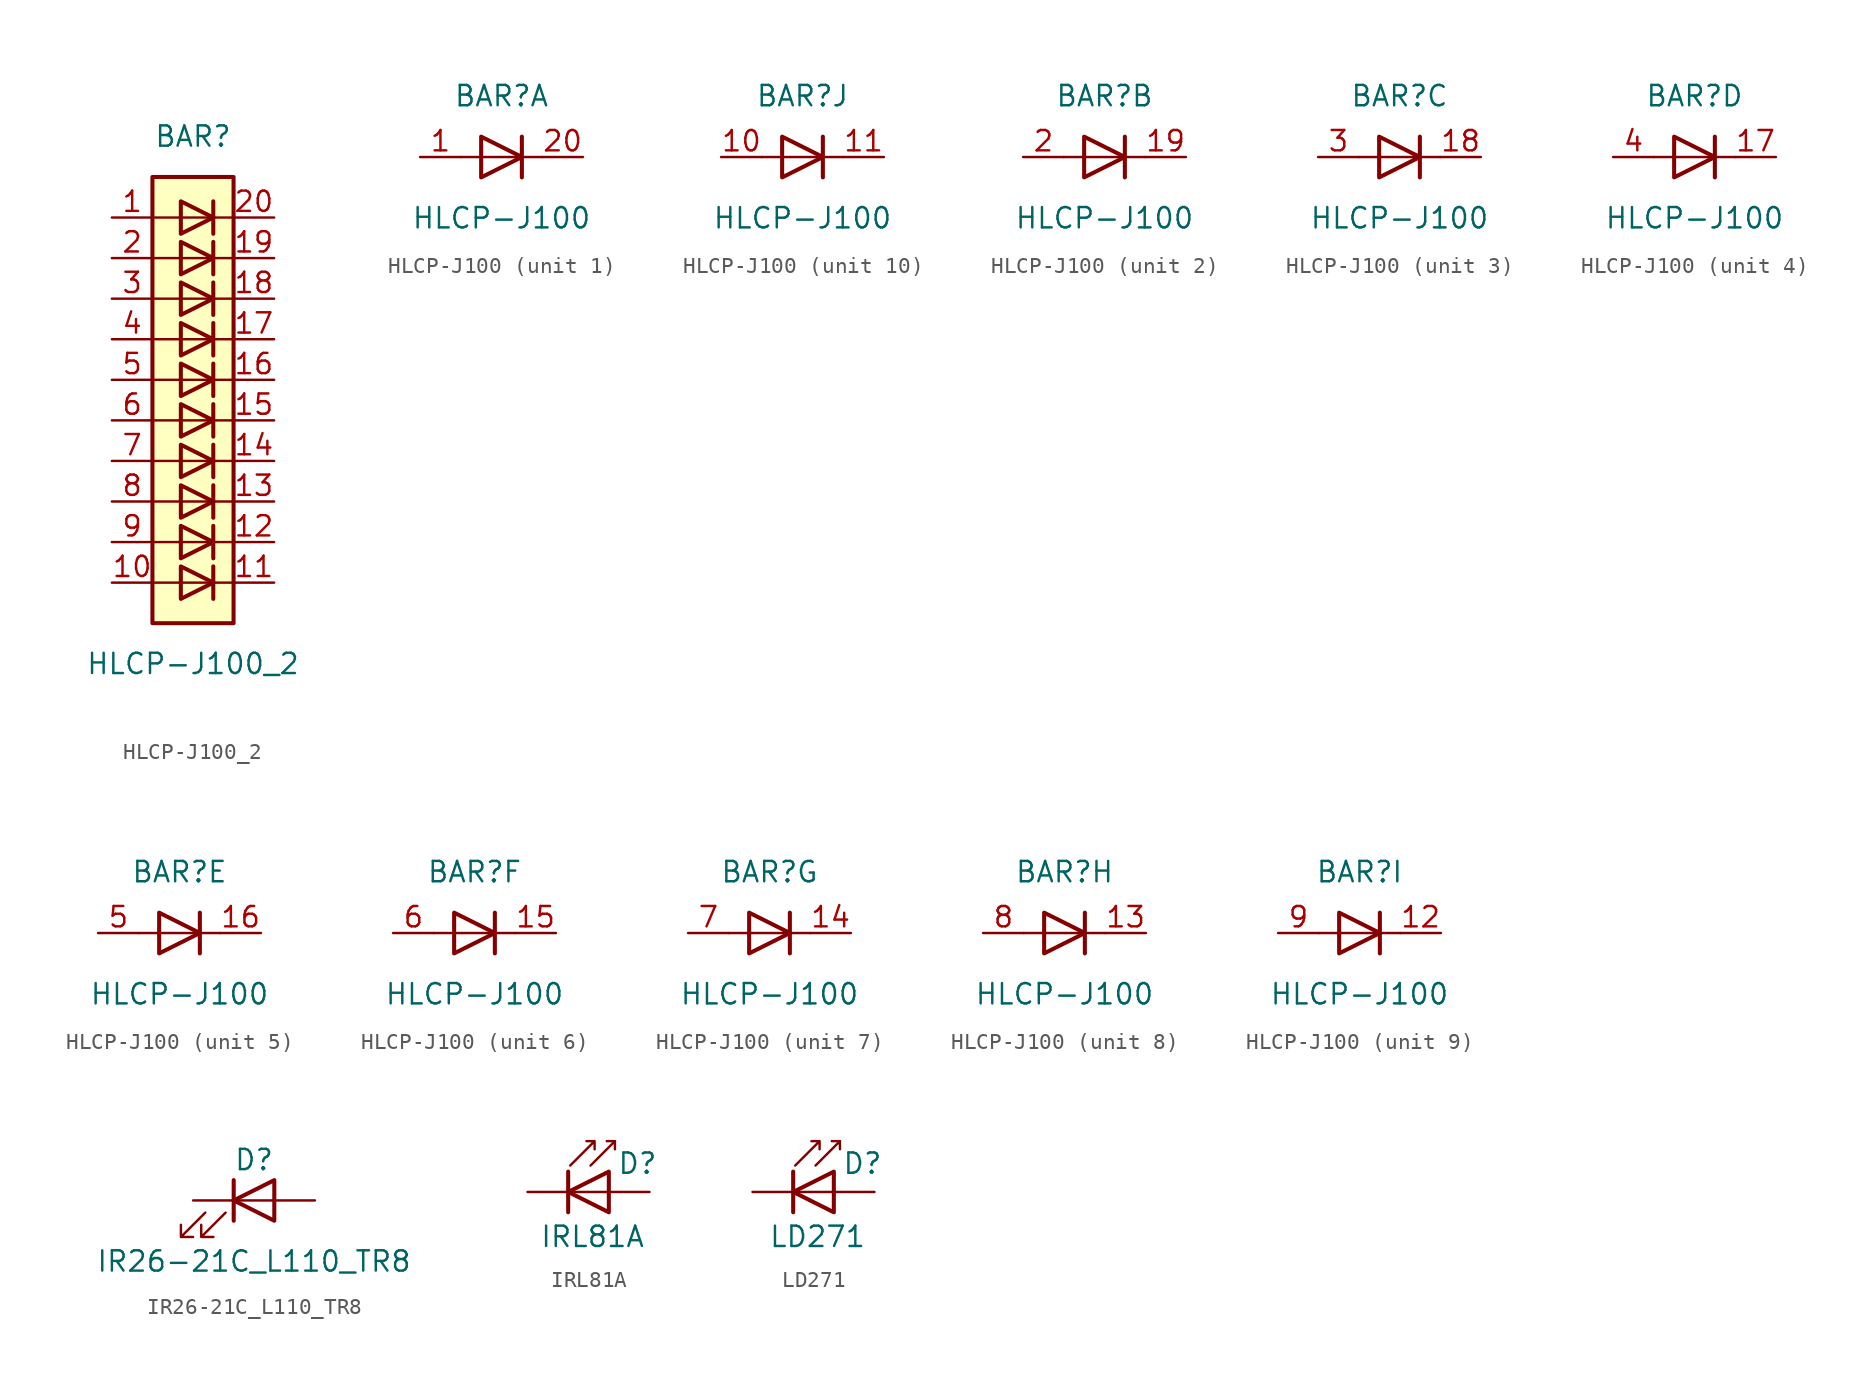
<source format=kicad_sym>
(kicad_symbol_lib
  (version 20211014)
  (generator kicad_symbol_editor)
  (symbol "HLCP-J100_2"
    (pin_names
      (offset 1.016) hide)
    (property "Reference" "BAR"
      (at 0 15.24 0)
      (effects (font (size 1.27 1.27))))
    (property "Value" "HLCP-J100_2"
      (at 0 -17.78 0)
      (effects (font (size 1.27 1.27))))
    (symbol "HLCP-J100_2_0_1"
      (rectangle (start -2.54 12.7) (end 2.54 -15.24) (stroke (width 0.254) (type default) (color 0 0 0 0)) (fill (type background)))
      (polyline (pts (xy -2.54 -12.7) (xy 2.54 -12.7)) (stroke (width 0) (type default) (color 0 0 0 0)) (fill (type none)))
      (polyline (pts (xy -2.54 -10.16) (xy 2.54 -10.16)) (stroke (width 0) (type default) (color 0 0 0 0)) (fill (type none)))
      (polyline (pts (xy -2.54 -7.62) (xy 2.54 -7.62)) (stroke (width 0) (type default) (color 0 0 0 0)) (fill (type none)))
      (polyline (pts (xy -2.54 -5.08) (xy 2.54 -5.08)) (stroke (width 0) (type default) (color 0 0 0 0)) (fill (type none)))
      (polyline (pts (xy -2.54 0) (xy 2.54 0)) (stroke (width 0) (type default) (color 0 0 0 0)) (fill (type none)))
      (polyline (pts (xy -2.54 5.08) (xy 2.54 5.08)) (stroke (width 0) (type default) (color 0 0 0 0)) (fill (type none)))
      (polyline (pts (xy -2.54 7.62) (xy 2.54 7.62)) (stroke (width 0) (type default) (color 0 0 0 0)) (fill (type none)))
      (polyline (pts (xy -2.54 10.16) (xy 2.54 10.16)) (stroke (width 0) (type default) (color 0 0 0 0)) (fill (type none)))
      (polyline (pts (xy 1.27 -11.684) (xy 1.27 -13.716)) (stroke (width 0.254) (type default) (color 0 0 0 0)) (fill (type none)))
      (polyline (pts (xy 1.27 -9.144) (xy 1.27 -11.176)) (stroke (width 0.254) (type default) (color 0 0 0 0)) (fill (type none)))
      (polyline (pts (xy 1.27 -6.604) (xy 1.27 -8.636)) (stroke (width 0.254) (type default) (color 0 0 0 0)) (fill (type none)))
      (polyline (pts (xy 1.27 -4.064) (xy 1.27 -6.096)) (stroke (width 0.254) (type default) (color 0 0 0 0)) (fill (type none)))
      (polyline (pts (xy 1.27 -1.524) (xy 1.27 -3.556)) (stroke (width 0.254) (type default) (color 0 0 0 0)) (fill (type none)))
      (polyline (pts (xy 1.27 1.016) (xy 1.27 -1.016)) (stroke (width 0.254) (type default) (color 0 0 0 0)) (fill (type none)))
      (polyline (pts (xy 1.27 3.556) (xy 1.27 1.524)) (stroke (width 0.254) (type default) (color 0 0 0 0)) (fill (type none)))
      (polyline (pts (xy 1.27 6.096) (xy 1.27 4.064)) (stroke (width 0.254) (type default) (color 0 0 0 0)) (fill (type none)))
      (polyline (pts (xy 1.27 8.636) (xy 1.27 6.604)) (stroke (width 0.254) (type default) (color 0 0 0 0)) (fill (type none)))
      (polyline (pts (xy 1.27 11.176) (xy 1.27 9.144)) (stroke (width 0.254) (type default) (color 0 0 0 0)) (fill (type none)))
      (polyline (pts (xy 2.54 -2.54) (xy -2.54 -2.54)) (stroke (width 0) (type default) (color 0 0 0 0)) (fill (type none)))
      (polyline (pts (xy 2.54 2.54) (xy -2.54 2.54)) (stroke (width 0) (type default) (color 0 0 0 0)) (fill (type none)))
      (polyline (pts (xy -0.762 -11.684) (xy -0.762 -13.716) (xy 1.27 -12.7) (xy -0.762 -11.684)) (stroke (width 0.254) (type default) (color 0 0 0 0)) (fill (type none)))
      (polyline (pts (xy -0.762 -9.144) (xy -0.762 -11.176) (xy 1.27 -10.16) (xy -0.762 -9.144)) (stroke (width 0.254) (type default) (color 0 0 0 0)) (fill (type none)))
      (polyline (pts (xy -0.762 -6.604) (xy -0.762 -8.636) (xy 1.27 -7.62) (xy -0.762 -6.604)) (stroke (width 0.254) (type default) (color 0 0 0 0)) (fill (type none)))
      (polyline (pts (xy -0.762 -4.064) (xy -0.762 -6.096) (xy 1.27 -5.08) (xy -0.762 -4.064)) (stroke (width 0.254) (type default) (color 0 0 0 0)) (fill (type none)))
      (polyline (pts (xy -0.762 -1.524) (xy -0.762 -3.556) (xy 1.27 -2.54) (xy -0.762 -1.524)) (stroke (width 0.254) (type default) (color 0 0 0 0)) (fill (type none)))
      (polyline (pts (xy -0.762 1.016) (xy -0.762 -1.016) (xy 1.27 0) (xy -0.762 1.016)) (stroke (width 0.254) (type default) (color 0 0 0 0)) (fill (type none)))
      (polyline (pts (xy -0.762 3.556) (xy -0.762 1.524) (xy 1.27 2.54) (xy -0.762 3.556)) (stroke (width 0.254) (type default) (color 0 0 0 0)) (fill (type none)))
      (polyline (pts (xy -0.762 6.096) (xy -0.762 4.064) (xy 1.27 5.08) (xy -0.762 6.096)) (stroke (width 0.254) (type default) (color 0 0 0 0)) (fill (type none)))
      (polyline (pts (xy -0.762 8.636) (xy -0.762 6.604) (xy 1.27 7.62) (xy -0.762 8.636)) (stroke (width 0.254) (type default) (color 0 0 0 0)) (fill (type none)))
      (polyline (pts (xy -0.762 11.176) (xy -0.762 9.144) (xy 1.27 10.16) (xy -0.762 11.176)) (stroke (width 0.254) (type default) (color 0 0 0 0)) (fill (type none))))
    (symbol "HLCP-J100_2_1_1"
      (pin passive line (at -5.08 10.16 0) (length 2.54) (name "A" (effects (font (size 1.27 1.27)))) (number "1" (effects (font (size 1.27 1.27)))))
      (pin passive line (at -5.08 -12.7 0) (length 2.54) (name "A" (effects (font (size 1.27 1.27)))) (number "10" (effects (font (size 1.27 1.27)))))
      (pin passive line (at 5.08 -12.7 180) (length 2.54) (name "K" (effects (font (size 1.27 1.27)))) (number "11" (effects (font (size 1.27 1.27)))))
      (pin passive line (at 5.08 -10.16 180) (length 2.54) (name "K" (effects (font (size 1.27 1.27)))) (number "12" (effects (font (size 1.27 1.27)))))
      (pin passive line (at 5.08 -7.62 180) (length 2.54) (name "K" (effects (font (size 1.27 1.27)))) (number "13" (effects (font (size 1.27 1.27)))))
      (pin passive line (at 5.08 -5.08 180) (length 2.54) (name "K" (effects (font (size 1.27 1.27)))) (number "14" (effects (font (size 1.27 1.27)))))
      (pin passive line (at 5.08 -2.54 180) (length 2.54) (name "K" (effects (font (size 1.27 1.27)))) (number "15" (effects (font (size 1.27 1.27)))))
      (pin passive line (at 5.08 0 180) (length 2.54) (name "K" (effects (font (size 1.27 1.27)))) (number "16" (effects (font (size 1.27 1.27)))))
      (pin passive line (at 5.08 2.54 180) (length 2.54) (name "K" (effects (font (size 1.27 1.27)))) (number "17" (effects (font (size 1.27 1.27)))))
      (pin passive line (at 5.08 5.08 180) (length 2.54) (name "K" (effects (font (size 1.27 1.27)))) (number "18" (effects (font (size 1.27 1.27)))))
      (pin passive line (at 5.08 7.62 180) (length 2.54) (name "K" (effects (font (size 1.27 1.27)))) (number "19" (effects (font (size 1.27 1.27)))))
      (pin passive line (at -5.08 7.62 0) (length 2.54) (name "A" (effects (font (size 1.27 1.27)))) (number "2" (effects (font (size 1.27 1.27)))))
      (pin passive line (at 5.08 10.16 180) (length 2.54) (name "K" (effects (font (size 1.27 1.27)))) (number "20" (effects (font (size 1.27 1.27)))))
      (pin passive line (at -5.08 5.08 0) (length 2.54) (name "A" (effects (font (size 1.27 1.27)))) (number "3" (effects (font (size 1.27 1.27)))))
      (pin passive line (at -5.08 2.54 0) (length 2.54) (name "A" (effects (font (size 1.27 1.27)))) (number "4" (effects (font (size 1.27 1.27)))))
      (pin passive line (at -5.08 0 0) (length 2.54) (name "A" (effects (font (size 1.27 1.27)))) (number "5" (effects (font (size 1.27 1.27)))))
      (pin passive line (at -5.08 -2.54 0) (length 2.54) (name "A" (effects (font (size 1.27 1.27)))) (number "6" (effects (font (size 1.27 1.27)))))
      (pin passive line (at -5.08 -5.08 0) (length 2.54) (name "A" (effects (font (size 1.27 1.27)))) (number "7" (effects (font (size 1.27 1.27)))))
      (pin passive line (at -5.08 -7.62 0) (length 2.54) (name "A" (effects (font (size 1.27 1.27)))) (number "8" (effects (font (size 1.27 1.27)))))
      (pin passive line (at -5.08 -10.16 0) (length 2.54) (name "A" (effects (font (size 1.27 1.27)))) (number "9" (effects (font (size 1.27 1.27)))))))
  (symbol "HLCP-J100"
    (pin_names
      (offset 1.016) hide)
    (property "Reference" "BAR"
      (at 0 3.81 0)
      (effects (font (size 1.27 1.27))))
    (property "Value" "HLCP-J100"
      (at 0 -3.81 0)
      (effects (font (size 1.27 1.27))))
    (symbol "HLCP-J100_0_1"
      (polyline (pts (xy -2.54 0) (xy 2.54 0)) (stroke (width 0) (type default) (color 0 0 0 0)) (fill (type none)))
      (polyline (pts (xy 1.27 -1.27) (xy 1.27 1.27)) (stroke (width 0.254) (type default) (color 0 0 0 0)) (fill (type none)))
      (polyline (pts (xy -1.27 1.27) (xy -1.27 -1.27) (xy 1.27 0) (xy -1.27 1.27)) (stroke (width 0.254) (type default) (color 0 0 0 0)) (fill (type none))))
    (symbol "HLCP-J100_1_1"
      (pin passive line (at -5.08 0 0) (length 2.54) (name "A" (effects (font (size 1.27 1.27)))) (number "1" (effects (font (size 1.27 1.27)))))
      (pin passive line (at 5.08 0 180) (length 2.54) (name "K" (effects (font (size 1.27 1.27)))) (number "20" (effects (font (size 1.27 1.27))))))
    (symbol "HLCP-J100_2_1"
      (pin passive line (at 5.08 0 180) (length 2.54) (name "K" (effects (font (size 1.27 1.27)))) (number "19" (effects (font (size 1.27 1.27)))))
      (pin passive line (at -5.08 0 0) (length 2.54) (name "A" (effects (font (size 1.27 1.27)))) (number "2" (effects (font (size 1.27 1.27))))))
    (symbol "HLCP-J100_3_1"
      (pin passive line (at 5.08 0 180) (length 2.54) (name "K" (effects (font (size 1.27 1.27)))) (number "18" (effects (font (size 1.27 1.27)))))
      (pin passive line (at -5.08 0 0) (length 2.54) (name "A" (effects (font (size 1.27 1.27)))) (number "3" (effects (font (size 1.27 1.27))))))
    (symbol "HLCP-J100_4_1"
      (pin passive line (at 5.08 0 180) (length 2.54) (name "K" (effects (font (size 1.27 1.27)))) (number "17" (effects (font (size 1.27 1.27)))))
      (pin passive line (at -5.08 0 0) (length 2.54) (name "A" (effects (font (size 1.27 1.27)))) (number "4" (effects (font (size 1.27 1.27))))))
    (symbol "HLCP-J100_5_1"
      (pin passive line (at 5.08 0 180) (length 2.54) (name "K" (effects (font (size 1.27 1.27)))) (number "16" (effects (font (size 1.27 1.27)))))
      (pin passive line (at -5.08 0 0) (length 2.54) (name "A" (effects (font (size 1.27 1.27)))) (number "5" (effects (font (size 1.27 1.27))))))
    (symbol "HLCP-J100_6_1"
      (pin passive line (at 5.08 0 180) (length 2.54) (name "K" (effects (font (size 1.27 1.27)))) (number "15" (effects (font (size 1.27 1.27)))))
      (pin passive line (at -5.08 0 0) (length 2.54) (name "A" (effects (font (size 1.27 1.27)))) (number "6" (effects (font (size 1.27 1.27))))))
    (symbol "HLCP-J100_7_1"
      (pin passive line (at 5.08 0 180) (length 2.54) (name "K" (effects (font (size 1.27 1.27)))) (number "14" (effects (font (size 1.27 1.27)))))
      (pin passive line (at -5.08 0 0) (length 2.54) (name "A" (effects (font (size 1.27 1.27)))) (number "7" (effects (font (size 1.27 1.27))))))
    (symbol "HLCP-J100_8_1"
      (pin passive line (at 5.08 0 180) (length 2.54) (name "K" (effects (font (size 1.27 1.27)))) (number "13" (effects (font (size 1.27 1.27)))))
      (pin passive line (at -5.08 0 0) (length 2.54) (name "A" (effects (font (size 1.27 1.27)))) (number "8" (effects (font (size 1.27 1.27))))))
    (symbol "HLCP-J100_9_1"
      (pin passive line (at 5.08 0 180) (length 2.54) (name "K" (effects (font (size 1.27 1.27)))) (number "12" (effects (font (size 1.27 1.27)))))
      (pin passive line (at -5.08 0 0) (length 2.54) (name "A" (effects (font (size 1.27 1.27)))) (number "9" (effects (font (size 1.27 1.27))))))
    (symbol "HLCP-J100_10_1"
      (pin passive line (at -5.08 0 0) (length 2.54) (name "A" (effects (font (size 1.27 1.27)))) (number "10" (effects (font (size 1.27 1.27)))))
      (pin passive line (at 5.08 0 180) (length 2.54) (name "K" (effects (font (size 1.27 1.27)))) (number "11" (effects (font (size 1.27 1.27)))))))
  (symbol "IR26-21C_L110_TR8"
    (pin_numbers hide)
    (pin_names
      (offset 1.016) hide)
    (property "Reference" "D"
      (at 0 2.54 0)
      (effects (font (size 1.27 1.27))))
    (property "Value" "IR26-21C_L110_TR8"
      (at 0 -3.81 0)
      (effects (font (size 1.27 1.27))))
    (symbol "IR26-21C_L110_TR8_0_1"
      (polyline (pts (xy -1.27 -1.27) (xy -1.27 1.27)) (stroke (width 0.254) (type default) (color 0 0 0 0)) (fill (type none)))
      (polyline (pts (xy -1.27 0) (xy 1.27 0)) (stroke (width 0) (type default) (color 0 0 0 0)) (fill (type none)))
      (polyline (pts (xy 1.27 -1.27) (xy 1.27 1.27) (xy -1.27 0) (xy 1.27 -1.27)) (stroke (width 0.254) (type default) (color 0 0 0 0)) (fill (type none)))
      (polyline (pts (xy -3.048 -0.762) (xy -4.572 -2.286) (xy -3.81 -2.286) (xy -4.572 -2.286) (xy -4.572 -1.524)) (stroke (width 0) (type default) (color 0 0 0 0)) (fill (type none)))
      (polyline (pts (xy -1.778 -0.762) (xy -3.302 -2.286) (xy -2.54 -2.286) (xy -3.302 -2.286) (xy -3.302 -1.524)) (stroke (width 0) (type default) (color 0 0 0 0)) (fill (type none))))
    (symbol "IR26-21C_L110_TR8_1_1"
      (pin passive line (at -3.81 0 0) (length 2.54) (name "K" (effects (font (size 1.27 1.27)))) (number "1" (effects (font (size 1.27 1.27)))))
      (pin passive line (at 3.81 0 180) (length 2.54) (name "A" (effects (font (size 1.27 1.27)))) (number "2" (effects (font (size 1.27 1.27)))))))
  (symbol "IRL81A"
    (pin_numbers hide)
    (pin_names
      (offset 1.016) hide)
    (property "Reference" "D"
      (at 0.508 1.778 0)
      (effects (font (size 1.27 1.27)) (justify left)))
    (property "Value" "IRL81A"
      (at -1.016 -2.794 0)
      (effects (font (size 1.27 1.27))))
    (symbol "IRL81A_0_1"
      (polyline (pts (xy -2.54 0) (xy 0 0)) (stroke (width 0) (type default) (color 0 0 0 0)) (fill (type none)))
      (polyline (pts (xy -2.54 1.27) (xy -2.54 -1.27)) (stroke (width 0.254) (type default) (color 0 0 0 0)) (fill (type none)))
      (polyline (pts (xy 0.381 3.175) (xy -0.127 3.175)) (stroke (width 0) (type default) (color 0 0 0 0)) (fill (type none)))
      (polyline (pts (xy -1.143 1.651) (xy 0.381 3.175) (xy 0.381 2.667)) (stroke (width 0) (type default) (color 0 0 0 0)) (fill (type none)))
      (polyline (pts (xy 0 -1.27) (xy 0 1.27) (xy -2.54 0) (xy 0 -1.27)) (stroke (width 0.254) (type default) (color 0 0 0 0)) (fill (type none)))
      (polyline (pts (xy -2.413 1.651) (xy -0.889 3.175) (xy -0.889 2.667) (xy -0.889 3.175) (xy -1.397 3.175)) (stroke (width 0) (type default) (color 0 0 0 0)) (fill (type none))))
    (symbol "IRL81A_1_1"
      (pin passive line (at -5.08 0 0) (length 2.54) (name "K" (effects (font (size 1.27 1.27)))) (number "1" (effects (font (size 1.27 1.27)))))
      (pin passive line (at 2.54 0 180) (length 2.54) (name "A" (effects (font (size 1.27 1.27)))) (number "2" (effects (font (size 1.27 1.27)))))))
  (symbol "LD271"
    (pin_numbers hide)
    (pin_names
      (offset 1.016) hide)
    (property "Reference" "D"
      (at 0.508 1.778 0)
      (effects (font (size 1.27 1.27)) (justify left)))
    (property "Value" "LD271"
      (at -1.016 -2.794 0)
      (effects (font (size 1.27 1.27))))
    (symbol "LD271_0_1"
      (polyline (pts (xy -2.54 1.27) (xy -2.54 -1.27)) (stroke (width 0.254) (type default) (color 0 0 0 0)) (fill (type none)))
      (polyline (pts (xy 0 0) (xy -2.54 0)) (stroke (width 0) (type default) (color 0 0 0 0)) (fill (type none)))
      (polyline (pts (xy 0.381 3.175) (xy -0.127 3.175)) (stroke (width 0) (type default) (color 0 0 0 0)) (fill (type none)))
      (polyline (pts (xy -1.143 1.651) (xy 0.381 3.175) (xy 0.381 2.667)) (stroke (width 0) (type default) (color 0 0 0 0)) (fill (type none)))
      (polyline (pts (xy 0 -1.27) (xy -2.54 0) (xy 0 1.27) (xy 0 -1.27)) (stroke (width 0.254) (type default) (color 0 0 0 0)) (fill (type none)))
      (polyline (pts (xy -2.413 1.651) (xy -0.889 3.175) (xy -0.889 2.667) (xy -0.889 3.175) (xy -1.397 3.175)) (stroke (width 0) (type default) (color 0 0 0 0)) (fill (type none))))
    (symbol "LD271_1_1"
      (pin passive line (at -5.08 0 0) (length 2.54) (name "K" (effects (font (size 1.27 1.27)))) (number "1" (effects (font (size 1.27 1.27)))))
      (pin passive line (at 2.54 0 180) (length 2.54) (name "A" (effects (font (size 1.27 1.27)))) (number "2" (effects (font (size 1.27 1.27))))))))
</source>
